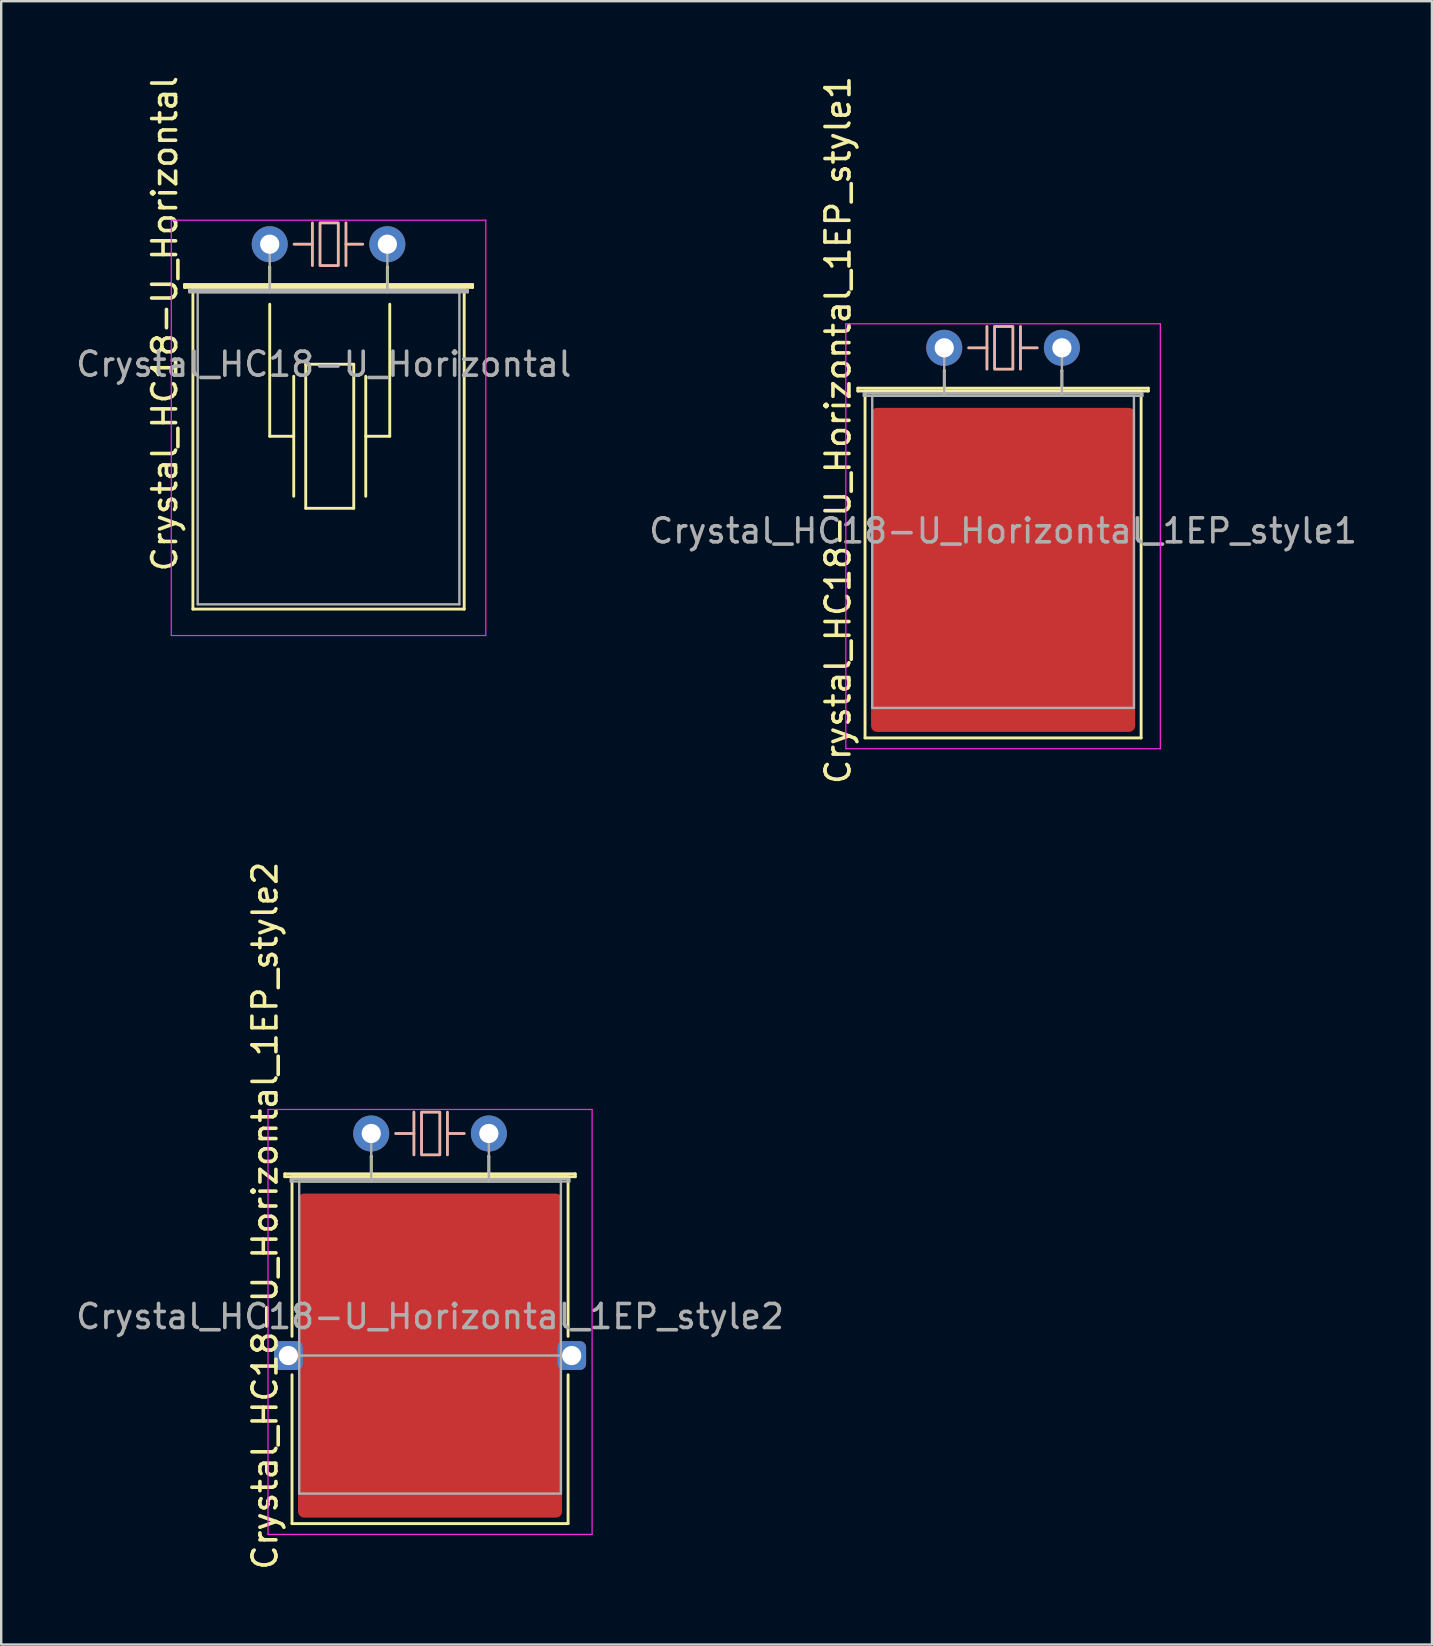
<source format=kicad_pcb>
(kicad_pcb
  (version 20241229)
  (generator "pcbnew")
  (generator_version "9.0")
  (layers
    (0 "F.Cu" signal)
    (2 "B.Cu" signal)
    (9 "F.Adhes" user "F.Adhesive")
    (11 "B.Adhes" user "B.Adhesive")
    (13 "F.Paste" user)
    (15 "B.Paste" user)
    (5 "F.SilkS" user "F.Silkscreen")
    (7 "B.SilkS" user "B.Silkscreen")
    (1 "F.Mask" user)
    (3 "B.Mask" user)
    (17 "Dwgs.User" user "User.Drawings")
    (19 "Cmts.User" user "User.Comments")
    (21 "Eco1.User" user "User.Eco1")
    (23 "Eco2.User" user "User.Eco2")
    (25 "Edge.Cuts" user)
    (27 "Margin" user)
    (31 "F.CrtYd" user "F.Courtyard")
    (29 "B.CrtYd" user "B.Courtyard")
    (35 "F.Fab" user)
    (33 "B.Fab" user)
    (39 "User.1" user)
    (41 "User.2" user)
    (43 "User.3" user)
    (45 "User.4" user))
  (footprint "Crystal_HC18-U_Horizontal_1EP_style2"
    (layer "F.Cu")
    (at 12.413 44.164)
    (property "Reference" "Crystal_HC18-U_Horizontal_1EP_style2" (at -4.425 3.425 90) (layer "F.SilkS") (effects (font (size 1 1) (thickness 0.15))))
    (attr through_hole)
    (fp_line (start -3.6 1.68) (end 8.5 1.68) (stroke (width 0.12) (type solid)) (layer "F.SilkS"))
    (fp_line (start -3.6 1.8) (end -3.6 1.68) (stroke (width 0.12) (type solid)) (layer "F.SilkS"))
    (fp_line (start -3.3 8.45) (end -3.3 1.8) (stroke (width 0.12) (type solid)) (layer "F.SilkS"))
    (fp_line (start -3.3 16.25) (end -3.3 10.05) (stroke (width 0.12) (type solid)) (layer "F.SilkS"))
    (fp_line (start -3.25 1.8) (end 8.15 1.8) (stroke (width 0.12) (type solid)) (layer "F.SilkS"))
    (fp_line (start 0 0.95) (end 0 0.95) (stroke (width 0.12) (type solid)) (layer "F.SilkS"))
    (fp_line (start 0 1.8) (end 0 0.95) (stroke (width 0.12) (type solid)) (layer "F.SilkS"))
    (fp_line (start 4.9 0.95) (end 4.9 0.95) (stroke (width 0.12) (type solid)) (layer "F.SilkS"))
    (fp_line (start 4.9 1.8) (end 4.9 0.95) (stroke (width 0.12) (type solid)) (layer "F.SilkS"))
    (fp_line (start 8.2 1.8) (end 8.2 8.45) (stroke (width 0.12) (type solid)) (layer "F.SilkS"))
    (fp_line (start 8.2 10.05) (end 8.2 16.25) (stroke (width 0.12) (type solid)) (layer "F.SilkS"))
    (fp_line (start 8.2 16.25) (end -3.3 16.25) (stroke (width 0.12) (type solid)) (layer "F.SilkS"))
    (fp_line (start 8.5 1.68) (end 8.5 1.8) (stroke (width 0.12) (type solid)) (layer "F.SilkS"))
    (fp_line (start 8.5 1.8) (end -3.6 1.8) (stroke (width 0.12) (type solid)) (layer "F.SilkS"))
    (fp_line (start 1.778 -0.889) (end 1.778 0.889) (stroke (width 0.12) (type solid)) (layer "B.SilkS"))
    (fp_line (start 1.778 0) (end 1.016 0) (stroke (width 0.12) (type solid)) (layer "B.SilkS"))
    (fp_line (start 3.175 -0.889) (end 3.175 0.889) (stroke (width 0.12) (type solid)) (layer "B.SilkS"))
    (fp_line (start 3.175 0) (end 3.873 0) (stroke (width 0.12) (type solid)) (layer "B.SilkS"))
    (fp_rect (start 2.095 -0.889) (end 2.857 0.889) (stroke (width 0.12) (type solid)) (fill no) (layer "B.SilkS"))
    (fp_line (start -4.3 -1) (end -4.3 16.7) (stroke (width 0.05) (type solid)) (layer "F.CrtYd"))
    (fp_line (start -4.3 16.7) (end 9.2 16.7) (stroke (width 0.05) (type solid)) (layer "F.CrtYd"))
    (fp_line (start 9.2 -1) (end -4.3 -1) (stroke (width 0.05) (type solid)) (layer "F.CrtYd"))
    (fp_line (start 9.2 16.7) (end 9.2 -1) (stroke (width 0.05) (type solid)) (layer "F.CrtYd"))
    (fp_line (start -3.45 9.25) (end 8.35 9.25) (stroke (width 0.1) (type solid)) (layer "F.Fab"))
    (fp_line (start -3.35 1.9) (end 8.25 1.9) (stroke (width 0.1) (type solid)) (layer "F.Fab"))
    (fp_line (start -3.35 2) (end -3.35 1.9) (stroke (width 0.1) (type solid)) (layer "F.Fab"))
    (fp_line (start -3 2) (end -3 15) (stroke (width 0.1) (type solid)) (layer "F.Fab"))
    (fp_line (start -3 15) (end 7.9 15) (stroke (width 0.1) (type solid)) (layer "F.Fab"))
    (fp_line (start 0 1) (end 0 0) (stroke (width 0.1) (type solid)) (layer "F.Fab"))
    (fp_line (start 0 2) (end 0 1) (stroke (width 0.1) (type solid)) (layer "F.Fab"))
    (fp_line (start 4.9 1) (end 4.9 0) (stroke (width 0.1) (type solid)) (layer "F.Fab"))
    (fp_line (start 4.9 2) (end 4.9 1) (stroke (width 0.1) (type solid)) (layer "F.Fab"))
    (fp_line (start 7.9 2) (end -3 2) (stroke (width 0.1) (type solid)) (layer "F.Fab"))
    (fp_line (start 7.9 15) (end 7.9 2) (stroke (width 0.1) (type solid)) (layer "F.Fab"))
    (fp_line (start 8.25 1.9) (end 8.25 2) (stroke (width 0.1) (type solid)) (layer "F.Fab"))
    (fp_line (start 8.25 2) (end -3.35 2) (stroke (width 0.1) (type solid)) (layer "F.Fab"))
    (fp_text user "${REFERENCE}" (at 2.45 7.625 0) (layer "F.Fab") (effects (font (size 1 1) (thickness 0.15))))
    (pad "1" thru_hole circle (at 0 0) (size 1.5 1.5) (drill 0.8) (layers "*.Cu" "*.Mask"))
    (pad "2" thru_hole circle (at 4.9 0) (size 1.5 1.5) (drill 0.8) (layers "*.Cu" "*.Mask"))
    (pad "3" thru_hole roundrect (at -3.45 9.25) (size 1.2 1.2) (drill 0.8) (layers "*.Cu" "*.Mask") (roundrect_rratio 0.208))
    (pad "3" smd roundrect (at 2.45 9.25) (size 11 13.5) (layers "F.Cu" "F.Mask" "F.Paste") (roundrect_rratio 0.023))
    (pad "3" thru_hole roundrect (at 8.35 9.25) (size 1.2 1.2) (drill 0.8) (layers "*.Cu" "*.Mask") (roundrect_rratio 0.208)))
  (footprint "Crystal_HC18-U_Horizontal"
    (layer "F.Cu")
    (at 8.185 7.122)
    (property "Reference" "Crystal_HC18-U_Horizontal" (at -4.375 3.312 90) (layer "F.SilkS") (effects (font (size 1 1) (thickness 0.15))))
    (attr through_hole)
    (fp_line (start -3.55 1.68) (end 8.45 1.68) (stroke (width 0.12) (type solid)) (layer "F.SilkS"))
    (fp_line (start -3.55 1.8) (end -3.55 1.68) (stroke (width 0.12) (type solid)) (layer "F.SilkS"))
    (fp_line (start -3.2 1.8) (end -3.2 15.2) (stroke (width 0.12) (type solid)) (layer "F.SilkS"))
    (fp_line (start -3.2 15.2) (end 8.1 15.2) (stroke (width 0.12) (type solid)) (layer "F.SilkS"))
    (fp_line (start 0 0.95) (end 0 0.95) (stroke (width 0.12) (type solid)) (layer "F.SilkS"))
    (fp_line (start 0 1.8) (end 0 0.95) (stroke (width 0.12) (type solid)) (layer "F.SilkS"))
    (fp_line (start 0 8) (end 0 2.5) (stroke (width 0.12) (type solid)) (layer "F.SilkS"))
    (fp_line (start 1 5.5) (end 1 10.5) (stroke (width 0.12) (type solid)) (layer "F.SilkS"))
    (fp_line (start 1 8) (end 0 8) (stroke (width 0.12) (type solid)) (layer "F.SilkS"))
    (fp_line (start 1.5 5) (end 1.5 11) (stroke (width 0.12) (type solid)) (layer "F.SilkS"))
    (fp_line (start 1.5 11) (end 3.5 11) (stroke (width 0.12) (type solid)) (layer "F.SilkS"))
    (fp_line (start 3.5 5) (end 1.5 5) (stroke (width 0.12) (type solid)) (layer "F.SilkS"))
    (fp_line (start 3.5 11) (end 3.5 5) (stroke (width 0.12) (type solid)) (layer "F.SilkS"))
    (fp_line (start 4 5.5) (end 4 10.5) (stroke (width 0.12) (type solid)) (layer "F.SilkS"))
    (fp_line (start 4 8) (end 5 8) (stroke (width 0.12) (type solid)) (layer "F.SilkS"))
    (fp_line (start 4.9 0.95) (end 4.9 0.95) (stroke (width 0.12) (type solid)) (layer "F.SilkS"))
    (fp_line (start 4.9 1.8) (end 4.9 0.95) (stroke (width 0.12) (type solid)) (layer "F.SilkS"))
    (fp_line (start 5 8) (end 5 2.5) (stroke (width 0.12) (type solid)) (layer "F.SilkS"))
    (fp_line (start 8.1 1.8) (end -3.2 1.8) (stroke (width 0.12) (type solid)) (layer "F.SilkS"))
    (fp_line (start 8.1 15.2) (end 8.1 1.8) (stroke (width 0.12) (type solid)) (layer "F.SilkS"))
    (fp_line (start 8.45 1.68) (end 8.45 1.8) (stroke (width 0.12) (type solid)) (layer "F.SilkS"))
    (fp_line (start 8.45 1.8) (end -3.55 1.8) (stroke (width 0.12) (type solid)) (layer "F.SilkS"))
    (fp_line (start 1.778 -0.889) (end 1.778 0.889) (stroke (width 0.12) (type solid)) (layer "B.SilkS"))
    (fp_line (start 1.778 0) (end 1.016 0) (stroke (width 0.12) (type solid)) (layer "B.SilkS"))
    (fp_line (start 3.175 -0.889) (end 3.175 0.889) (stroke (width 0.12) (type solid)) (layer "B.SilkS"))
    (fp_line (start 3.175 0) (end 3.873 0) (stroke (width 0.12) (type solid)) (layer "B.SilkS"))
    (fp_rect (start 2.095 -0.889) (end 2.857 0.889) (stroke (width 0.12) (type solid)) (fill no) (layer "B.SilkS"))
    (fp_line (start -4.1 -1) (end -4.1 16.3) (stroke (width 0.05) (type solid)) (layer "F.CrtYd"))
    (fp_line (start -4.1 16.3) (end 9 16.3) (stroke (width 0.05) (type solid)) (layer "F.CrtYd"))
    (fp_line (start 9 -1) (end -4.1 -1) (stroke (width 0.05) (type solid)) (layer "F.CrtYd"))
    (fp_line (start 9 16.3) (end 9 -1) (stroke (width 0.05) (type solid)) (layer "F.CrtYd"))
    (fp_line (start -3.35 1.9) (end 8.25 1.9) (stroke (width 0.1) (type solid)) (layer "F.Fab"))
    (fp_line (start -3.35 2) (end -3.35 1.9) (stroke (width 0.1) (type solid)) (layer "F.Fab"))
    (fp_line (start -3 2) (end -3 15) (stroke (width 0.1) (type solid)) (layer "F.Fab"))
    (fp_line (start -3 15) (end 7.9 15) (stroke (width 0.1) (type solid)) (layer "F.Fab"))
    (fp_line (start 0 1) (end 0 0) (stroke (width 0.1) (type solid)) (layer "F.Fab"))
    (fp_line (start 0 2) (end 0 1) (stroke (width 0.1) (type solid)) (layer "F.Fab"))
    (fp_line (start 4.9 1) (end 4.9 0) (stroke (width 0.1) (type solid)) (layer "F.Fab"))
    (fp_line (start 4.9 2) (end 4.9 1) (stroke (width 0.1) (type solid)) (layer "F.Fab"))
    (fp_line (start 7.9 2) (end -3 2) (stroke (width 0.1) (type solid)) (layer "F.Fab"))
    (fp_line (start 7.9 15) (end 7.9 2) (stroke (width 0.1) (type solid)) (layer "F.Fab"))
    (fp_line (start 8.25 1.9) (end 8.25 2) (stroke (width 0.1) (type solid)) (layer "F.Fab"))
    (fp_line (start 8.25 2) (end -3.35 2) (stroke (width 0.1) (type solid)) (layer "F.Fab"))
    (fp_text user "${REFERENCE}" (at 2.25 5 0) (layer "F.Fab") (effects (font (size 1 1) (thickness 0.15))))
    (pad "1" thru_hole circle (at 0 0) (size 1.5 1.5) (drill 0.8) (layers "*.Cu" "*.Mask"))
    (pad "2" thru_hole circle (at 4.9 0) (size 1.5 1.5) (drill 0.8) (layers "*.Cu" "*.Mask")))
  (footprint "Crystal_HC18-U_Horizontal_1EP_style1"
    (layer "F.Cu")
    (at 36.282 11.438)
    (property "Reference" "Crystal_HC18-U_Horizontal_1EP_style1" (at -4.425 3.425 90) (layer "F.SilkS") (effects (font (size 1 1) (thickness 0.15))))
    (attr through_hole)
    (fp_line (start -3.6 1.68) (end 8.5 1.68) (stroke (width 0.12) (type solid)) (layer "F.SilkS"))
    (fp_line (start -3.6 1.8) (end -3.6 1.68) (stroke (width 0.12) (type solid)) (layer "F.SilkS"))
    (fp_line (start -3.3 1.8) (end -3.3 16.25) (stroke (width 0.12) (type solid)) (layer "F.SilkS"))
    (fp_line (start -3.3 16.25) (end 8.2 16.25) (stroke (width 0.12) (type solid)) (layer "F.SilkS"))
    (fp_line (start 0 0.95) (end 0 0.95) (stroke (width 0.12) (type solid)) (layer "F.SilkS"))
    (fp_line (start 0 1.8) (end 0 0.95) (stroke (width 0.12) (type solid)) (layer "F.SilkS"))
    (fp_line (start 4.9 0.95) (end 4.9 0.95) (stroke (width 0.12) (type solid)) (layer "F.SilkS"))
    (fp_line (start 4.9 1.8) (end 4.9 0.95) (stroke (width 0.12) (type solid)) (layer "F.SilkS"))
    (fp_line (start 8.15 1.8) (end -3.25 1.8) (stroke (width 0.12) (type solid)) (layer "F.SilkS"))
    (fp_line (start 8.2 16.25) (end 8.2 1.8) (stroke (width 0.12) (type solid)) (layer "F.SilkS"))
    (fp_line (start 8.5 1.68) (end 8.5 1.8) (stroke (width 0.12) (type solid)) (layer "F.SilkS"))
    (fp_line (start 8.5 1.8) (end -3.6 1.8) (stroke (width 0.12) (type solid)) (layer "F.SilkS"))
    (fp_line (start 1.778 -0.889) (end 1.778 0.889) (stroke (width 0.12) (type solid)) (layer "B.SilkS"))
    (fp_line (start 1.778 0) (end 1.016 0) (stroke (width 0.12) (type solid)) (layer "B.SilkS"))
    (fp_line (start 3.175 -0.889) (end 3.175 0.889) (stroke (width 0.12) (type solid)) (layer "B.SilkS"))
    (fp_line (start 3.175 0) (end 3.873 0) (stroke (width 0.12) (type solid)) (layer "B.SilkS"))
    (fp_rect (start 2.095 -0.889) (end 2.857 0.889) (stroke (width 0.12) (type solid)) (fill no) (layer "B.SilkS"))
    (fp_line (start -4.1 -1) (end -4.1 16.7) (stroke (width 0.05) (type solid)) (layer "F.CrtYd"))
    (fp_line (start -4.1 16.7) (end 9 16.7) (stroke (width 0.05) (type solid)) (layer "F.CrtYd"))
    (fp_line (start 9 -1) (end -4.1 -1) (stroke (width 0.05) (type solid)) (layer "F.CrtYd"))
    (fp_line (start 9 16.7) (end 9 -1) (stroke (width 0.05) (type solid)) (layer "F.CrtYd"))
    (fp_line (start -3.35 1.9) (end 8.25 1.9) (stroke (width 0.1) (type solid)) (layer "F.Fab"))
    (fp_line (start -3.35 2) (end -3.35 1.9) (stroke (width 0.1) (type solid)) (layer "F.Fab"))
    (fp_line (start -3 2) (end -3 15) (stroke (width 0.1) (type solid)) (layer "F.Fab"))
    (fp_line (start -3 15) (end 7.9 15) (stroke (width 0.1) (type solid)) (layer "F.Fab"))
    (fp_line (start 0 1) (end 0 0) (stroke (width 0.1) (type solid)) (layer "F.Fab"))
    (fp_line (start 0 2) (end 0 1) (stroke (width 0.1) (type solid)) (layer "F.Fab"))
    (fp_line (start 4.9 1) (end 4.9 0) (stroke (width 0.1) (type solid)) (layer "F.Fab"))
    (fp_line (start 4.9 2) (end 4.9 1) (stroke (width 0.1) (type solid)) (layer "F.Fab"))
    (fp_line (start 7.9 2) (end -3 2) (stroke (width 0.1) (type solid)) (layer "F.Fab"))
    (fp_line (start 7.9 15) (end 7.9 2) (stroke (width 0.1) (type solid)) (layer "F.Fab"))
    (fp_line (start 8.25 1.9) (end 8.25 2) (stroke (width 0.1) (type solid)) (layer "F.Fab"))
    (fp_line (start 8.25 2) (end -3.35 2) (stroke (width 0.1) (type solid)) (layer "F.Fab"))
    (fp_text user "${REFERENCE}" (at 2.45 7.625 0) (layer "F.Fab") (effects (font (size 1 1) (thickness 0.15))))
    (pad "1" thru_hole circle (at 0 0) (size 1.5 1.5) (drill 0.8) (layers "*.Cu" "*.Mask"))
    (pad "2" thru_hole circle (at 4.9 0) (size 1.5 1.5) (drill 0.8) (layers "*.Cu" "*.Mask"))
    (pad "3" smd roundrect (at 2.45 9.25) (size 11 13.5) (layers "F.Cu" "F.Mask" "F.Paste") (roundrect_rratio 0.023)))
  (gr_rect
    (start -3 -3)
    (end 56.595 65.452)
    (stroke (width 0.1) (type default))
    (fill no)
    (layer "Edge.Cuts")))
</source>
